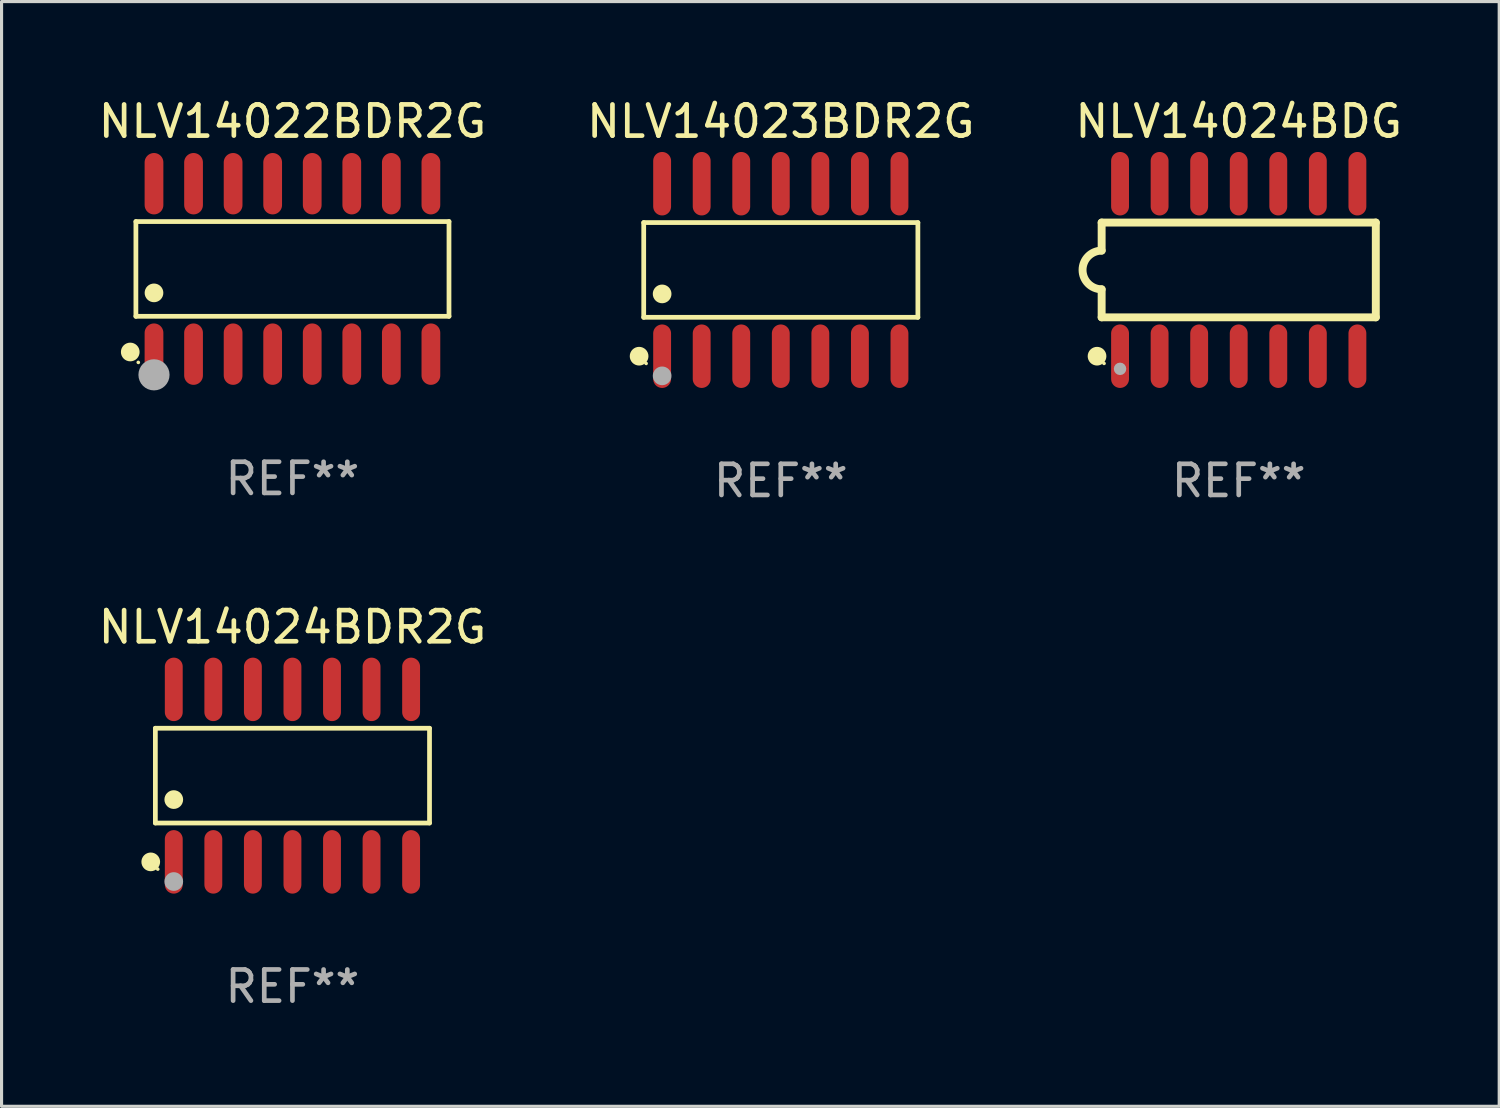
<source format=kicad_pcb>
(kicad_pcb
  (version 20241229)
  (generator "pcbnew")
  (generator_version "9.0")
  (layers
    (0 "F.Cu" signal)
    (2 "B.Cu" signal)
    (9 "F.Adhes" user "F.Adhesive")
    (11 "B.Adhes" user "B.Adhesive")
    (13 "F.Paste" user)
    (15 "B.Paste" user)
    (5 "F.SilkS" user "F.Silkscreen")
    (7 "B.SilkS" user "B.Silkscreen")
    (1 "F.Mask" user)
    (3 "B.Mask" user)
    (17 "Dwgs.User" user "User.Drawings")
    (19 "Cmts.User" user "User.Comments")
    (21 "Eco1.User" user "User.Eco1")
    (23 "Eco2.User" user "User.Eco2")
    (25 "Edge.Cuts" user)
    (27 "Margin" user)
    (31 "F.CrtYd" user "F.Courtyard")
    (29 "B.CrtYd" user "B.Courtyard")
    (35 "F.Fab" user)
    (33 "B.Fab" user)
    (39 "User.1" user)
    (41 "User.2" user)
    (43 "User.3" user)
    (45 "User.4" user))
  (footprint "NLV14024BDR2G"
    (layer "F.Cu")
    (at 6.339 21.852)
    (property "Reference" "NLV14024BDR2G" (at 0 -4.769 0) (layer "F.SilkS") (effects (font (size 1 1) (thickness 0.15))))
    (attr through_hole)
    (fp_line (start -4.401 -1.521) (end 4.401 -1.521) (stroke (width 0.152) (type solid)) (layer "F.SilkS"))
    (fp_line (start -4.401 1.521) (end -4.401 -1.521) (stroke (width 0.152) (type solid)) (layer "F.SilkS"))
    (fp_line (start 4.401 -1.521) (end 4.401 1.521) (stroke (width 0.152) (type solid)) (layer "F.SilkS"))
    (fp_line (start 4.401 1.521) (end -4.401 1.521) (stroke (width 0.152) (type solid)) (layer "F.SilkS"))
    (fp_circle (center -4.549 2.769) (end -4.399 2.769) (stroke (width 0.3) (type solid)) (fill no) (layer "F.SilkS"))
    (fp_circle (center -4.325 3) (end -4.295 3) (stroke (width 0.06) (type solid)) (fill no) (layer "F.SilkS"))
    (fp_circle (center -3.81 0.769) (end -3.66 0.769) (stroke (width 0.3) (type solid)) (fill no) (layer "F.SilkS"))
    (fp_circle (center -3.81 3.4) (end -3.66 3.4) (stroke (width 0.3) (type solid)) (fill no) (layer "F.Fab"))
    (fp_text user "REF**" (at 0 6.769 0) (layer "F.Fab") (effects (font (size 1 1) (thickness 0.15))))
    (pad "1" smd oval (at -3.81 2.769) (size 0.574 2.038) (layers "F.Cu" "F.Mask" "F.Paste"))
    (pad "2" smd oval (at -2.54 2.769) (size 0.574 2.038) (layers "F.Cu" "F.Mask" "F.Paste"))
    (pad "3" smd oval (at -1.27 2.769) (size 0.574 2.038) (layers "F.Cu" "F.Mask" "F.Paste"))
    (pad "4" smd oval (at 0 2.769) (size 0.574 2.038) (layers "F.Cu" "F.Mask" "F.Paste"))
    (pad "5" smd oval (at 1.27 2.769) (size 0.574 2.038) (layers "F.Cu" "F.Mask" "F.Paste"))
    (pad "6" smd oval (at 2.54 2.769) (size 0.574 2.038) (layers "F.Cu" "F.Mask" "F.Paste"))
    (pad "7" smd oval (at 3.81 2.769) (size 0.574 2.038) (layers "F.Cu" "F.Mask" "F.Paste"))
    (pad "8" smd oval (at 3.81 -2.769) (size 0.574 2.038) (layers "F.Cu" "F.Mask" "F.Paste"))
    (pad "9" smd oval (at 2.54 -2.769) (size 0.574 2.038) (layers "F.Cu" "F.Mask" "F.Paste"))
    (pad "10" smd oval (at 1.27 -2.769) (size 0.574 2.038) (layers "F.Cu" "F.Mask" "F.Paste"))
    (pad "11" smd oval (at 0 -2.769) (size 0.574 2.038) (layers "F.Cu" "F.Mask" "F.Paste"))
    (pad "12" smd oval (at -1.27 -2.769) (size 0.574 2.038) (layers "F.Cu" "F.Mask" "F.Paste"))
    (pad "13" smd oval (at -2.54 -2.769) (size 0.574 2.038) (layers "F.Cu" "F.Mask" "F.Paste"))
    (pad "14" smd oval (at -3.81 -2.769) (size 0.574 2.038) (layers "F.Cu" "F.Mask" "F.Paste")))
  (footprint "NLV14023BDR2G"
    (layer "F.Cu")
    (at 22.018 5.617)
    (property "Reference" "NLV14023BDR2G" (at 0 -4.769 0) (layer "F.SilkS") (effects (font (size 1 1) (thickness 0.15))))
    (attr through_hole)
    (fp_line (start -4.401 -1.521) (end 4.401 -1.521) (stroke (width 0.152) (type solid)) (layer "F.SilkS"))
    (fp_line (start -4.401 1.521) (end -4.401 -1.521) (stroke (width 0.152) (type solid)) (layer "F.SilkS"))
    (fp_line (start 4.401 -1.521) (end 4.401 1.521) (stroke (width 0.152) (type solid)) (layer "F.SilkS"))
    (fp_line (start 4.401 1.521) (end -4.401 1.521) (stroke (width 0.152) (type solid)) (layer "F.SilkS"))
    (fp_circle (center -4.549 2.769) (end -4.399 2.769) (stroke (width 0.3) (type solid)) (fill no) (layer "F.SilkS"))
    (fp_circle (center -4.325 3) (end -4.295 3) (stroke (width 0.06) (type solid)) (fill no) (layer "F.SilkS"))
    (fp_circle (center -3.81 0.769) (end -3.66 0.769) (stroke (width 0.3) (type solid)) (fill no) (layer "F.SilkS"))
    (fp_circle (center -3.81 3.4) (end -3.66 3.4) (stroke (width 0.3) (type solid)) (fill no) (layer "F.Fab"))
    (fp_text user "REF**" (at 0 6.769 0) (layer "F.Fab") (effects (font (size 1 1) (thickness 0.15))))
    (pad "1" smd oval (at -3.81 2.769) (size 0.574 2.038) (layers "F.Cu" "F.Mask" "F.Paste"))
    (pad "2" smd oval (at -2.54 2.769) (size 0.574 2.038) (layers "F.Cu" "F.Mask" "F.Paste"))
    (pad "3" smd oval (at -1.27 2.769) (size 0.574 2.038) (layers "F.Cu" "F.Mask" "F.Paste"))
    (pad "4" smd oval (at 0 2.769) (size 0.574 2.038) (layers "F.Cu" "F.Mask" "F.Paste"))
    (pad "5" smd oval (at 1.27 2.769) (size 0.574 2.038) (layers "F.Cu" "F.Mask" "F.Paste"))
    (pad "6" smd oval (at 2.54 2.769) (size 0.574 2.038) (layers "F.Cu" "F.Mask" "F.Paste"))
    (pad "7" smd oval (at 3.81 2.769) (size 0.574 2.038) (layers "F.Cu" "F.Mask" "F.Paste"))
    (pad "8" smd oval (at 3.81 -2.769) (size 0.574 2.038) (layers "F.Cu" "F.Mask" "F.Paste"))
    (pad "9" smd oval (at 2.54 -2.769) (size 0.574 2.038) (layers "F.Cu" "F.Mask" "F.Paste"))
    (pad "10" smd oval (at 1.27 -2.769) (size 0.574 2.038) (layers "F.Cu" "F.Mask" "F.Paste"))
    (pad "11" smd oval (at 0 -2.769) (size 0.574 2.038) (layers "F.Cu" "F.Mask" "F.Paste"))
    (pad "12" smd oval (at -1.27 -2.769) (size 0.574 2.038) (layers "F.Cu" "F.Mask" "F.Paste"))
    (pad "13" smd oval (at -2.54 -2.769) (size 0.574 2.038) (layers "F.Cu" "F.Mask" "F.Paste"))
    (pad "14" smd oval (at -3.81 -2.769) (size 0.574 2.038) (layers "F.Cu" "F.Mask" "F.Paste")))
  (footprint "NLV14024BDG"
    (layer "F.Cu")
    (at 36.72 5.617)
    (property "Reference" "NLV14024BDG" (at 0 -4.769 0) (layer "F.SilkS") (effects (font (size 1 1) (thickness 0.15))))
    (attr through_hole)
    (fp_line (start -4.401 -1.522) (end -4.401 -0.622) (stroke (width 0.254) (type solid)) (layer "F.SilkS"))
    (fp_line (start -4.401 -1.522) (end 4.401 -1.522) (stroke (width 0.254) (type solid)) (layer "F.SilkS"))
    (fp_line (start -4.401 1.521) (end -4.401 0.621) (stroke (width 0.254) (type solid)) (layer "F.SilkS"))
    (fp_line (start 4.401 -1.522) (end 4.401 1.521) (stroke (width 0.254) (type solid)) (layer "F.SilkS"))
    (fp_line (start 4.401 1.521) (end -4.401 1.521) (stroke (width 0.254) (type solid)) (layer "F.SilkS"))
    (fp_arc (start -4.401219 0.621311) (mid -5.021261 -0.000419) (end -4.400101 -0.621032) (stroke (width 0.254001) (type solid)) (layer "F.SilkS"))
    (fp_circle (center -4.549 2.769) (end -4.399 2.769) (stroke (width 0.3) (type solid)) (fill no) (layer "F.SilkS"))
    (fp_circle (center -4.325 3) (end -4.295 3) (stroke (width 0.06) (type solid)) (fill no) (layer "F.SilkS"))
    (fp_circle (center -3.81 3.175) (end -3.71 3.175) (stroke (width 0.2) (type solid)) (fill no) (layer "F.Fab"))
    (fp_text user "REF**" (at 0 6.769 0) (layer "F.Fab") (effects (font (size 1 1) (thickness 0.15))))
    (pad "1" smd oval (at -3.81 2.769) (size 0.574 2.038) (layers "F.Cu" "F.Mask" "F.Paste"))
    (pad "2" smd oval (at -2.54 2.769) (size 0.574 2.038) (layers "F.Cu" "F.Mask" "F.Paste"))
    (pad "3" smd oval (at -1.27 2.769) (size 0.574 2.038) (layers "F.Cu" "F.Mask" "F.Paste"))
    (pad "4" smd oval (at -0.000051 2.769) (size 0.574 2.038) (layers "F.Cu" "F.Mask" "F.Paste"))
    (pad "5" smd oval (at 1.27 2.769) (size 0.574 2.038) (layers "F.Cu" "F.Mask" "F.Paste"))
    (pad "6" smd oval (at 2.54 2.769) (size 0.574 2.038) (layers "F.Cu" "F.Mask" "F.Paste"))
    (pad "7" smd oval (at 3.81 2.769) (size 0.574 2.038) (layers "F.Cu" "F.Mask" "F.Paste"))
    (pad "8" smd oval (at 3.81 -2.769) (size 0.574 2.038) (layers "F.Cu" "F.Mask" "F.Paste"))
    (pad "9" smd oval (at 2.54 -2.769) (size 0.574 2.038) (layers "F.Cu" "F.Mask" "F.Paste"))
    (pad "10" smd oval (at 1.27 -2.769) (size 0.574 2.038) (layers "F.Cu" "F.Mask" "F.Paste"))
    (pad "11" smd oval (at -0.000051 -2.769) (size 0.574 2.038) (layers "F.Cu" "F.Mask" "F.Paste"))
    (pad "12" smd oval (at -1.27 -2.769) (size 0.574 2.038) (layers "F.Cu" "F.Mask" "F.Paste"))
    (pad "13" smd oval (at -2.54 -2.769) (size 0.574 2.038) (layers "F.Cu" "F.Mask" "F.Paste"))
    (pad "14" smd oval (at -3.81 -2.769) (size 0.574 2.038) (layers "F.Cu" "F.Mask" "F.Paste")))
  (footprint "NLV14022BDR2G"
    (layer "F.Cu")
    (at 6.339 5.584)
    (property "Reference" "NLV14022BDR2G" (at 0 -4.736 0) (layer "F.SilkS") (effects (font (size 1 1) (thickness 0.15))))
    (attr through_hole)
    (fp_line (start -5.026 -1.521) (end 5.026 -1.521) (stroke (width 0.152) (type solid)) (layer "F.SilkS"))
    (fp_line (start -5.026 1.521) (end -5.026 -1.521) (stroke (width 0.152) (type solid)) (layer "F.SilkS"))
    (fp_line (start 5.026 -1.521) (end 5.026 1.521) (stroke (width 0.152) (type solid)) (layer "F.SilkS"))
    (fp_line (start 5.026 1.521) (end -5.026 1.521) (stroke (width 0.152) (type solid)) (layer "F.SilkS"))
    (fp_circle (center -5.207 2.667) (end -5.057 2.667) (stroke (width 0.3) (type solid)) (fill no) (layer "F.SilkS"))
    (fp_circle (center -4.95 3) (end -4.92 3) (stroke (width 0.06) (type solid)) (fill no) (layer "F.SilkS"))
    (fp_circle (center -4.445 0.769) (end -4.295 0.769) (stroke (width 0.3) (type solid)) (fill no) (layer "F.SilkS"))
    (fp_circle (center -4.445 3.4) (end -4.195 3.4) (stroke (width 0.5) (type solid)) (fill no) (layer "F.Fab"))
    (fp_text user "REF**" (at 0 6.736 0) (layer "F.Fab") (effects (font (size 1 1) (thickness 0.15))))
    (pad "1" smd oval (at -4.445 2.736) (size 0.602 1.971) (layers "F.Cu" "F.Mask" "F.Paste"))
    (pad "2" smd oval (at -3.175 2.736) (size 0.602 1.971) (layers "F.Cu" "F.Mask" "F.Paste"))
    (pad "3" smd oval (at -1.905 2.736) (size 0.602 1.971) (layers "F.Cu" "F.Mask" "F.Paste"))
    (pad "4" smd oval (at -0.635 2.736) (size 0.602 1.971) (layers "F.Cu" "F.Mask" "F.Paste"))
    (pad "5" smd oval (at 0.635 2.736) (size 0.602 1.971) (layers "F.Cu" "F.Mask" "F.Paste"))
    (pad "6" smd oval (at 1.905 2.736) (size 0.602 1.971) (layers "F.Cu" "F.Mask" "F.Paste"))
    (pad "7" smd oval (at 3.175 2.736) (size 0.602 1.971) (layers "F.Cu" "F.Mask" "F.Paste"))
    (pad "8" smd oval (at 4.445 2.736) (size 0.602 1.971) (layers "F.Cu" "F.Mask" "F.Paste"))
    (pad "9" smd oval (at 4.445 -2.736) (size 0.602 1.971) (layers "F.Cu" "F.Mask" "F.Paste"))
    (pad "10" smd oval (at 3.175 -2.736) (size 0.602 1.971) (layers "F.Cu" "F.Mask" "F.Paste"))
    (pad "11" smd oval (at 1.905 -2.736) (size 0.602 1.971) (layers "F.Cu" "F.Mask" "F.Paste"))
    (pad "12" smd oval (at 0.635 -2.736) (size 0.602 1.971) (layers "F.Cu" "F.Mask" "F.Paste"))
    (pad "13" smd oval (at -0.635 -2.736) (size 0.602 1.971) (layers "F.Cu" "F.Mask" "F.Paste"))
    (pad "14" smd oval (at -1.905 -2.736) (size 0.602 1.971) (layers "F.Cu" "F.Mask" "F.Paste"))
    (pad "15" smd oval (at -3.175 -2.736) (size 0.602 1.971) (layers "F.Cu" "F.Mask" "F.Paste"))
    (pad "16" smd oval (at -4.445 -2.736) (size 0.602 1.971) (layers "F.Cu" "F.Mask" "F.Paste")))
  (gr_rect
    (start -3 -3)
    (end 45.083 32.469)
    (stroke (width 0.1) (type default))
    (fill no)
    (layer "Edge.Cuts")))
</source>
